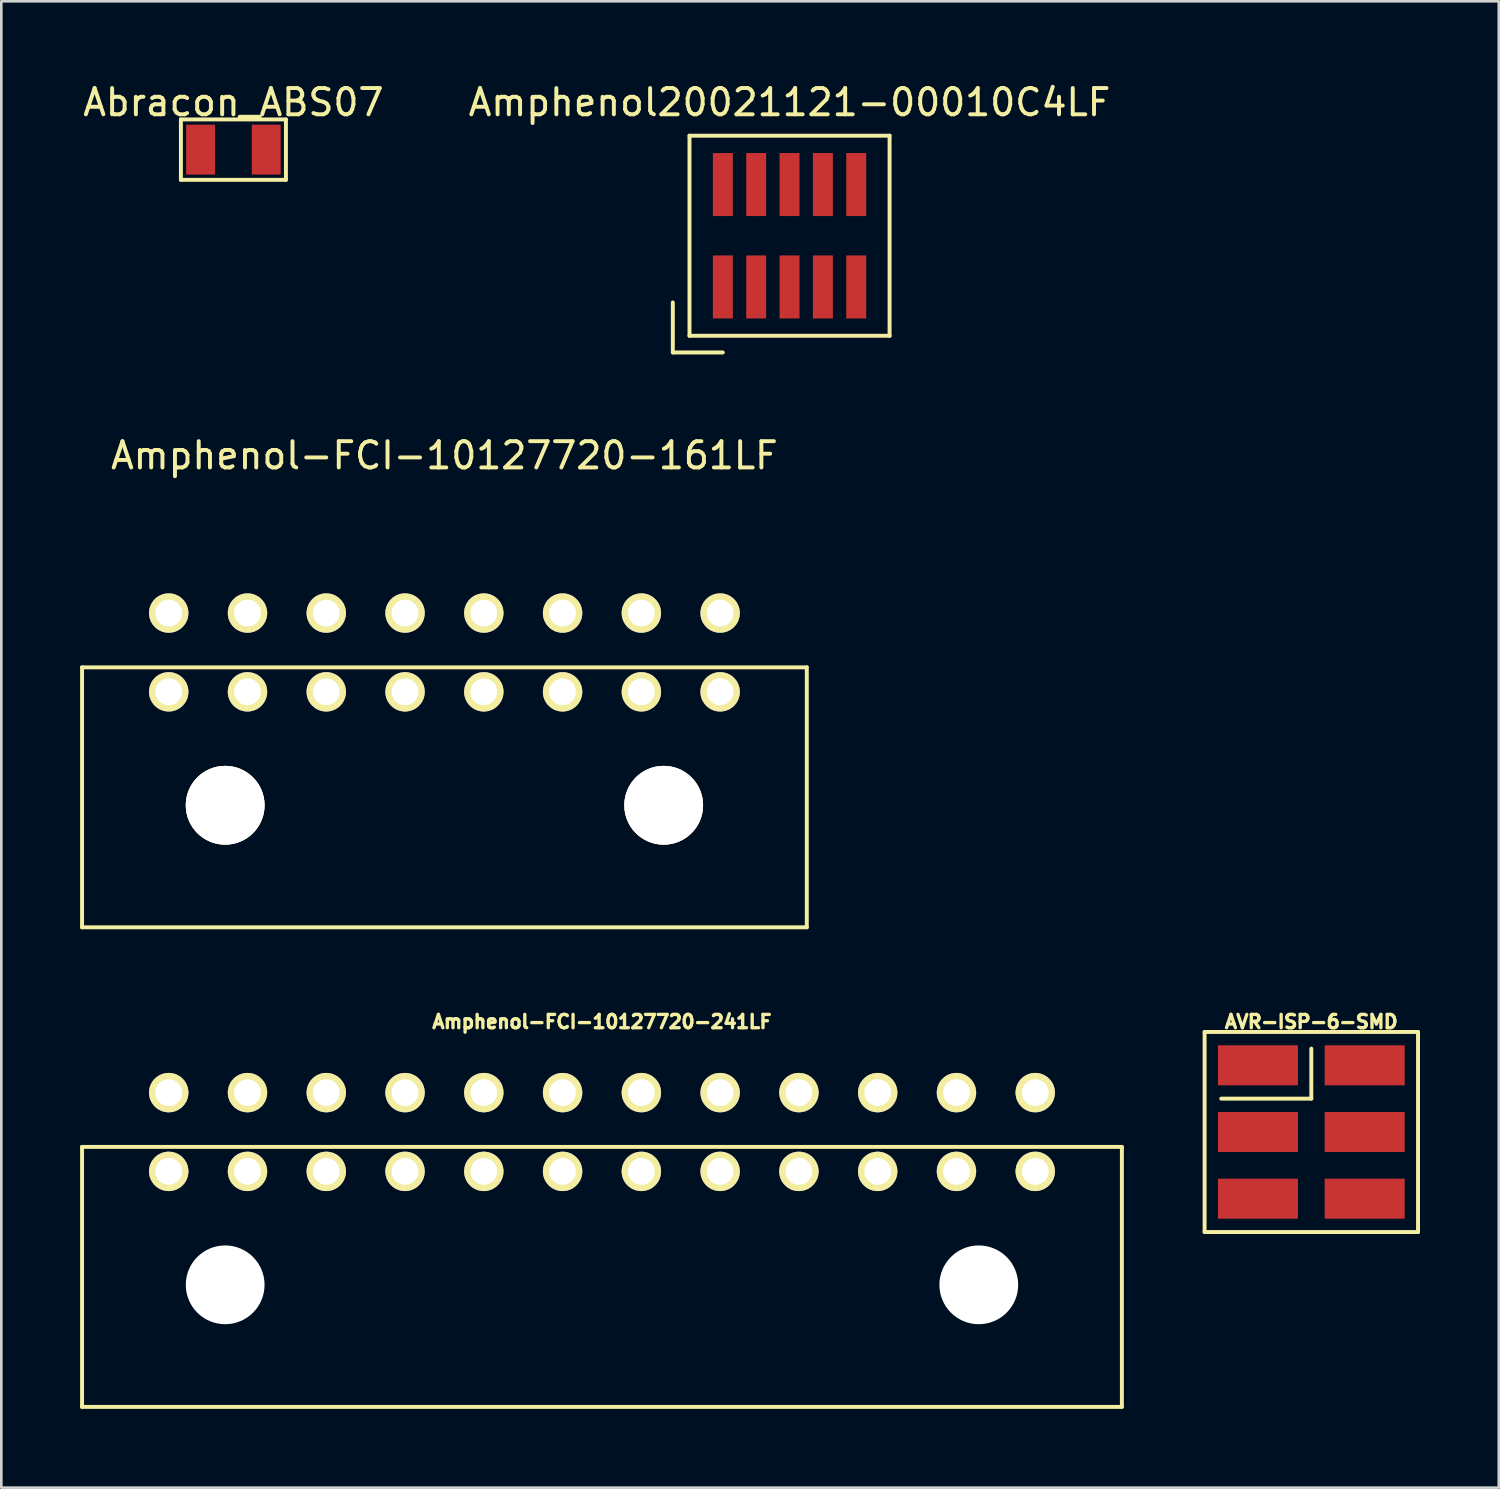
<source format=kicad_pcb>
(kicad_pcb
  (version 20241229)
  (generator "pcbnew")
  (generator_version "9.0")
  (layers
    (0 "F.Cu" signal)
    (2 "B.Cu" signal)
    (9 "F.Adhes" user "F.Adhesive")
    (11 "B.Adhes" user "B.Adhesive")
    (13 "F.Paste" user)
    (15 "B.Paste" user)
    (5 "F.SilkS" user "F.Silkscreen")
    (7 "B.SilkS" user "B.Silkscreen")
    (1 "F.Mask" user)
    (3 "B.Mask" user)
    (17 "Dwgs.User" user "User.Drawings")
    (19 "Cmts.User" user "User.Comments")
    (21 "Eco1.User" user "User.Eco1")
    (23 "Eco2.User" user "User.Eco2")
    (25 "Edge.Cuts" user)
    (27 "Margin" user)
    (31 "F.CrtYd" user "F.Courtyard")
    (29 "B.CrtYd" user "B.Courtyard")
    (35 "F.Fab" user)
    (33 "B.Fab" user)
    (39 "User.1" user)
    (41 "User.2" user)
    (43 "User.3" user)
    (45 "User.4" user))
  (footprint "Amphenol-FCI-10127720-241LF"
    (layer "F.Cu")
    (at 19.875 40.06)
    (property "Reference" "Amphenol-FCI-10127720-241LF" (at 0 -4.2 0) (layer "F.SilkS") (effects (font (size 0.508 0.508) (thickness 0.127))))
    (attr through_hole)
    (fp_line (start -19.8 0.568) (end -19.8 10.468) (stroke (width 0.15) (type solid)) (layer "F.SilkS"))
    (fp_line (start -19.8 0.568) (end 19.8 0.568) (stroke (width 0.15) (type solid)) (layer "F.SilkS"))
    (fp_line (start -19.8 10.468) (end 19.8 10.468) (stroke (width 0.15) (type solid)) (layer "F.SilkS"))
    (fp_line (start 19.8 0.568) (end 19.8 10.468) (stroke (width 0.15) (type solid)) (layer "F.SilkS"))
    (pad "" np_thru_hole circle (at -14.35 5.82) (size 3 3) (drill 3) (layers "*.Cu" "*.Mask"))
    (pad "" np_thru_hole circle (at 14.35 5.82) (size 3 3) (drill 3) (layers "*.Cu" "*.Mask"))
    (pad "1" thru_hole circle (at 16.5 1.5 180) (size 1.5 1.5) (drill 1.02) (layers "*.Cu" "*.Mask" "F.SilkS"))
    (pad "2" thru_hole circle (at 13.5 1.5 180) (size 1.5 1.5) (drill 1.02) (layers "*.Cu" "*.Mask" "F.SilkS"))
    (pad "3" thru_hole circle (at 10.5 1.5 180) (size 1.5 1.5) (drill 1.02) (layers "*.Cu" "*.Mask" "F.SilkS"))
    (pad "4" thru_hole circle (at 7.5 1.5 180) (size 1.5 1.5) (drill 1.02) (layers "*.Cu" "*.Mask" "F.SilkS"))
    (pad "5" thru_hole circle (at 4.5 1.5 180) (size 1.5 1.5) (drill 1.02) (layers "*.Cu" "*.Mask" "F.SilkS"))
    (pad "6" thru_hole circle (at 1.5 1.5 180) (size 1.5 1.5) (drill 1.02) (layers "*.Cu" "*.Mask" "F.SilkS"))
    (pad "7" thru_hole circle (at -1.5 1.5 180) (size 1.5 1.5) (drill 1.02) (layers "*.Cu" "*.Mask" "F.SilkS"))
    (pad "8" thru_hole circle (at -4.5 1.5 180) (size 1.5 1.5) (drill 1.02) (layers "*.Cu" "*.Mask" "F.SilkS"))
    (pad "9" thru_hole circle (at -7.5 1.5) (size 1.5 1.5) (drill 1.02) (layers "*.Cu" "*.Mask" "F.SilkS"))
    (pad "10" thru_hole circle (at -10.5 1.5) (size 1.5 1.5) (drill 1.02) (layers "*.Cu" "*.Mask" "F.SilkS"))
    (pad "11" thru_hole circle (at -13.5 1.5) (size 1.5 1.5) (drill 1.02) (layers "*.Cu" "*.Mask" "F.SilkS"))
    (pad "12" thru_hole circle (at -16.5 1.5) (size 1.5 1.5) (drill 1.02) (layers "*.Cu" "*.Mask" "F.SilkS"))
    (pad "13" thru_hole circle (at 16.5 -1.5 180) (size 1.5 1.5) (drill 1.02) (layers "*.Cu" "*.Mask" "F.SilkS"))
    (pad "14" thru_hole circle (at 13.5 -1.5 180) (size 1.5 1.5) (drill 1.02) (layers "*.Cu" "*.Mask" "F.SilkS"))
    (pad "15" thru_hole circle (at 10.5 -1.5 180) (size 1.5 1.5) (drill 1.02) (layers "*.Cu" "*.Mask" "F.SilkS"))
    (pad "16" thru_hole circle (at 7.5 -1.5 180) (size 1.5 1.5) (drill 1.02) (layers "*.Cu" "*.Mask" "F.SilkS"))
    (pad "17" thru_hole circle (at 4.5 -1.5 180) (size 1.5 1.5) (drill 1.02) (layers "*.Cu" "*.Mask" "F.SilkS"))
    (pad "18" thru_hole circle (at 1.5 -1.5 180) (size 1.5 1.5) (drill 1.02) (layers "*.Cu" "*.Mask" "F.SilkS"))
    (pad "19" thru_hole circle (at -1.5 -1.5 180) (size 1.5 1.5) (drill 1.02) (layers "*.Cu" "*.Mask" "F.SilkS"))
    (pad "20" thru_hole circle (at -4.5 -1.5 180) (size 1.5 1.5) (drill 1.02) (layers "*.Cu" "*.Mask" "F.SilkS"))
    (pad "21" thru_hole circle (at -7.5 -1.5 180) (size 1.5 1.5) (drill 1.02) (layers "*.Cu" "*.Mask" "F.SilkS"))
    (pad "22" thru_hole circle (at -10.5 -1.5 180) (size 1.5 1.5) (drill 1.02) (layers "*.Cu" "*.Mask" "F.SilkS"))
    (pad "23" thru_hole circle (at -13.5 -1.5 180) (size 1.5 1.5) (drill 1.02) (layers "*.Cu" "*.Mask" "F.SilkS"))
    (pad "24" thru_hole circle (at -16.5 -1.5 180) (size 1.5 1.5) (drill 1.02) (layers "*.Cu" "*.Mask" "F.SilkS")))
  (footprint "Amphenol-FCI-10127720-161LF"
    (layer "F.Cu")
    (at 13.875 21.797)
    (property "Reference" "Amphenol-FCI-10127720-161LF" (at 0 -7.5 180) (layer "F.SilkS") (effects (font (size 1 1) (thickness 0.15))))
    (attr through_hole)
    (fp_line (start -13.8 0.568) (end -13.8 10.468) (stroke (width 0.15) (type solid)) (layer "F.SilkS"))
    (fp_line (start -13.8 0.568) (end 13.8 0.568) (stroke (width 0.15) (type solid)) (layer "F.SilkS"))
    (fp_line (start -13.8 10.468) (end 13.8 10.468) (stroke (width 0.15) (type solid)) (layer "F.SilkS"))
    (fp_line (start 13.8 0.568) (end 13.8 10.468) (stroke (width 0.15) (type solid)) (layer "F.SilkS"))
    (pad "1" thru_hole circle (at 10.5 1.5 180) (size 1.5 1.5) (drill 1.02) (layers "*.Cu" "*.Mask" "F.SilkS"))
    (pad "2" thru_hole circle (at 7.5 1.5 180) (size 1.5 1.5) (drill 1.02) (layers "*.Cu" "*.Mask" "F.SilkS"))
    (pad "3" thru_hole circle (at 4.5 1.5 180) (size 1.5 1.5) (drill 1.02) (layers "*.Cu" "*.Mask" "F.SilkS"))
    (pad "4" thru_hole circle (at 1.5 1.5 180) (size 1.5 1.5) (drill 1.02) (layers "*.Cu" "*.Mask" "F.SilkS"))
    (pad "5" thru_hole circle (at -1.5 1.5 180) (size 1.5 1.5) (drill 1.02) (layers "*.Cu" "*.Mask" "F.SilkS"))
    (pad "6" thru_hole circle (at -4.5 1.5 180) (size 1.5 1.5) (drill 1.02) (layers "*.Cu" "*.Mask" "F.SilkS"))
    (pad "7" thru_hole circle (at -7.5 1.5 180) (size 1.5 1.5) (drill 1.02) (layers "*.Cu" "*.Mask" "F.SilkS"))
    (pad "8" thru_hole circle (at -10.5 1.5 180) (size 1.5 1.5) (drill 1.02) (layers "*.Cu" "*.Mask" "F.SilkS"))
    (pad "9" thru_hole circle (at 10.5 -1.5 180) (size 1.5 1.5) (drill 1.02) (layers "*.Cu" "*.Mask" "F.SilkS"))
    (pad "10" thru_hole circle (at 7.5 -1.5 180) (size 1.5 1.5) (drill 1.02) (layers "*.Cu" "*.Mask" "F.SilkS"))
    (pad "11" thru_hole circle (at 4.5 -1.5 180) (size 1.5 1.5) (drill 1.02) (layers "*.Cu" "*.Mask" "F.SilkS"))
    (pad "12" thru_hole circle (at 1.5 -1.5 180) (size 1.5 1.5) (drill 1.02) (layers "*.Cu" "*.Mask" "F.SilkS"))
    (pad "13" thru_hole circle (at -1.5 -1.5 180) (size 1.5 1.5) (drill 1.02) (layers "*.Cu" "*.Mask" "F.SilkS"))
    (pad "14" thru_hole circle (at -4.5 -1.5 180) (size 1.5 1.5) (drill 1.02) (layers "*.Cu" "*.Mask" "F.SilkS"))
    (pad "15" thru_hole circle (at -7.5 -1.5 180) (size 1.5 1.5) (drill 1.02) (layers "*.Cu" "*.Mask" "F.SilkS"))
    (pad "16" thru_hole circle (at -10.5 -1.5 180) (size 1.5 1.5) (drill 1.02) (layers "*.Cu" "*.Mask" "F.SilkS"))
    (pad "17" thru_hole circle (at -8.35 5.82) (size 3 3) (drill 3) (layers "*.Cu" "*.Mask" "F.SilkS"))
    (pad "18" thru_hole circle (at 8.35 5.82) (size 3 3) (drill 3) (layers "*.Cu" "*.Mask" "F.SilkS")))
  (footprint "Abracon_ABS07"
    (layer "F.Cu")
    (at 5.839 2.648)
    (property "Reference" "Abracon_ABS07" (at 0 -1.8 0) (layer "F.SilkS") (effects (font (size 1 1) (thickness 0.15))))
    (attr through_hole)
    (fp_line (start -2 -1.15) (end -2 1.15) (stroke (width 0.15) (type solid)) (layer "F.SilkS"))
    (fp_line (start -2 -1.15) (end 2 -1.15) (stroke (width 0.15) (type solid)) (layer "F.SilkS"))
    (fp_line (start 2 -1.15) (end 2 1.15) (stroke (width 0.15) (type solid)) (layer "F.SilkS"))
    (fp_line (start 2 1.15) (end -2 1.15) (stroke (width 0.15) (type solid)) (layer "F.SilkS"))
    (pad "1" smd rect (at -1.25 0) (size 1.1 1.9) (layers "F.Cu" "F.Mask" "F.Paste"))
    (pad "2" smd rect (at 1.25 0) (size 1.1 1.9) (layers "F.Cu" "F.Mask" "F.Paste")))
  (footprint "AVR-ISP-6-SMD"
    (layer "F.Cu")
    (at 46.889 40.06)
    (property "Reference" "AVR-ISP-6-SMD" (at 0 -4.2 0) (layer "F.SilkS") (effects (font (size 0.508 0.508) (thickness 0.127))))
    (attr through_hole)
    (fp_line (start -4.064 -3.81) (end 4.064 -3.81) (stroke (width 0.15) (type solid)) (layer "F.SilkS"))
    (fp_line (start -4.064 3.81) (end -4.064 -3.81) (stroke (width 0.15) (type solid)) (layer "F.SilkS"))
    (fp_line (start 0 -3.175) (end 0 -1.27) (stroke (width 0.15) (type solid)) (layer "F.SilkS"))
    (fp_line (start 0 -1.27) (end -3.429 -1.27) (stroke (width 0.15) (type solid)) (layer "F.SilkS"))
    (fp_line (start 4.064 -3.81) (end 4.064 3.81) (stroke (width 0.15) (type solid)) (layer "F.SilkS"))
    (fp_line (start 4.064 3.81) (end -4.064 3.81) (stroke (width 0.15) (type solid)) (layer "F.SilkS"))
    (pad "1" smd rect (at -2.032 -2.54) (size 3.048 1.524) (layers "F.Cu" "F.Mask" "F.Paste"))
    (pad "2" smd rect (at 2.032 -2.54) (size 3.048 1.524) (layers "F.Cu" "F.Mask" "F.Paste"))
    (pad "3" smd rect (at -2.032 0) (size 3.048 1.524) (layers "F.Cu" "F.Mask" "F.Paste"))
    (pad "4" smd rect (at 2.032 0) (size 3.048 1.524) (layers "F.Cu" "F.Mask" "F.Paste"))
    (pad "5" smd rect (at -2.032 2.54) (size 3.048 1.524) (layers "F.Cu" "F.Mask" "F.Paste"))
    (pad "6" smd rect (at 2.032 2.54) (size 3.048 1.524) (layers "F.Cu" "F.Mask" "F.Paste")))
  (footprint "Amphenol20021121-00010C4LF"
    (layer "F.Cu")
    (at 27.018 5.928)
    (property "Reference" "Amphenol20021121-00010C4LF" (at 0 -5.08 0) (layer "F.SilkS") (effects (font (size 1 1) (thickness 0.15))))
    (attr through_hole)
    (fp_line (start -4.445 2.54) (end -4.445 4.445) (stroke (width 0.15) (type solid)) (layer "F.SilkS"))
    (fp_line (start -4.445 4.445) (end -2.54 4.445) (stroke (width 0.15) (type solid)) (layer "F.SilkS"))
    (fp_line (start -3.81 -3.81) (end 3.81 -3.81) (stroke (width 0.15) (type solid)) (layer "F.SilkS"))
    (fp_line (start -3.81 3.81) (end -3.81 -3.81) (stroke (width 0.15) (type solid)) (layer "F.SilkS"))
    (fp_line (start 3.81 -3.81) (end 3.81 3.81) (stroke (width 0.15) (type solid)) (layer "F.SilkS"))
    (fp_line (start 3.81 3.81) (end -3.81 3.81) (stroke (width 0.15) (type solid)) (layer "F.SilkS"))
    (pad "1" smd rect (at -2.54 1.95) (size 0.76 2.4) (layers "F.Cu" "F.Mask" "F.Paste"))
    (pad "2" smd rect (at -2.54 -1.95) (size 0.76 2.4) (layers "F.Cu" "F.Mask" "F.Paste"))
    (pad "3" smd rect (at -1.27 1.95) (size 0.76 2.4) (layers "F.Cu" "F.Mask" "F.Paste"))
    (pad "4" smd rect (at -1.27 -1.95) (size 0.76 2.4) (layers "F.Cu" "F.Mask" "F.Paste"))
    (pad "5" smd rect (at 0 1.95) (size 0.76 2.4) (layers "F.Cu" "F.Mask" "F.Paste"))
    (pad "6" smd rect (at 0 -1.95) (size 0.76 2.4) (layers "F.Cu" "F.Mask" "F.Paste"))
    (pad "7" smd rect (at 1.27 1.95) (size 0.76 2.4) (layers "F.Cu" "F.Mask" "F.Paste"))
    (pad "8" smd rect (at 1.27 -1.95) (size 0.76 2.4) (layers "F.Cu" "F.Mask" "F.Paste"))
    (pad "9" smd rect (at 2.54 1.95) (size 0.76 2.4) (layers "F.Cu" "F.Mask" "F.Paste"))
    (pad "10" smd rect (at 2.54 -1.95) (size 0.76 2.4) (layers "F.Cu" "F.Mask" "F.Paste")))
  (gr_rect
    (start -3 -3)
    (end 54.028 53.603)
    (stroke (width 0.1) (type default))
    (fill no)
    (layer "Edge.Cuts")))
</source>
